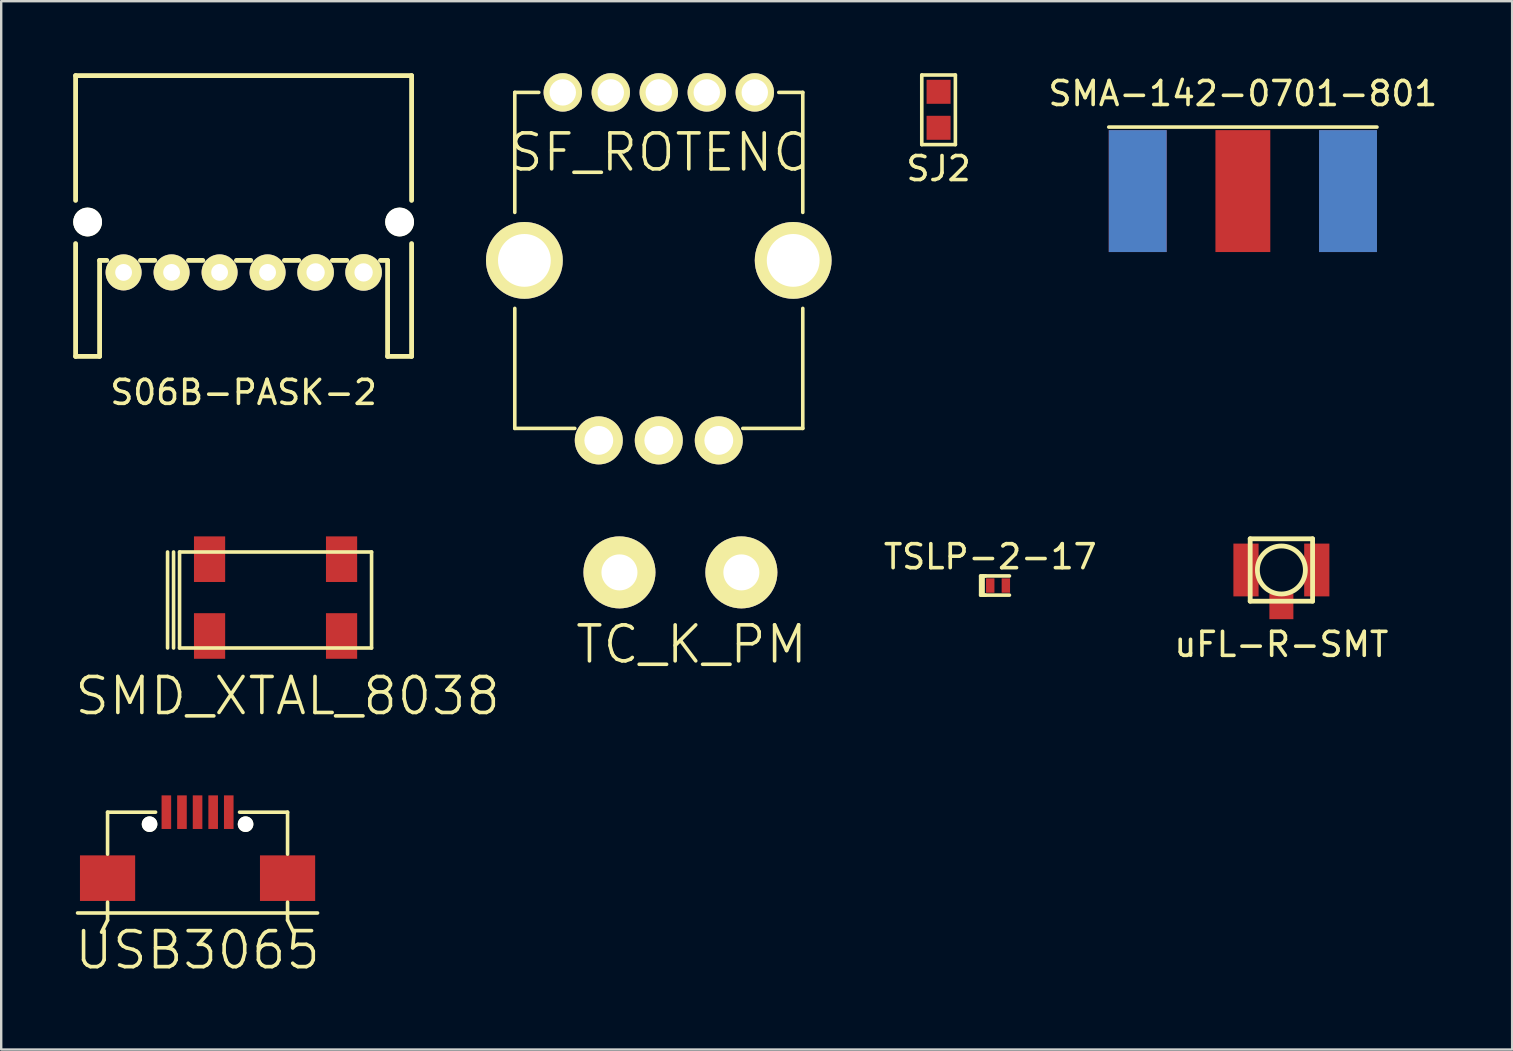
<source format=kicad_pcb>
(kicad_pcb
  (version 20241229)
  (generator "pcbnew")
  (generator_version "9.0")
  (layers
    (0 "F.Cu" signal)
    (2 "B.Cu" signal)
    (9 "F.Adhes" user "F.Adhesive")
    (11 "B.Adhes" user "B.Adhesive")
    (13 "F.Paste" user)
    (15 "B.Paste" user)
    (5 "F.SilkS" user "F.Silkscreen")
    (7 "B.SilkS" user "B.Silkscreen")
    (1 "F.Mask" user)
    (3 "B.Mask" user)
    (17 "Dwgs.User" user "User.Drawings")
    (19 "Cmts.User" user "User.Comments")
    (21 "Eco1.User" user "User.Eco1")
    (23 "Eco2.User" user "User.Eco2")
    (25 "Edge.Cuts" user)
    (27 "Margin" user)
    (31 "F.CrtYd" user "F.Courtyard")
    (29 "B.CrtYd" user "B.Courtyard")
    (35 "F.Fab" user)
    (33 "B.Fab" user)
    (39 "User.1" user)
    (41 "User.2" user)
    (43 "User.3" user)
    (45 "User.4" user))
  (footprint "USB3065"
    (layer "F.Cu")
    (at 5.182 33.541)
    (property "Reference" "USB3065" (at 0 3 0) (layer "F.SilkS") (effects (font (size 1.5 1.5) (thickness 0.15))))
    (attr through_hole)
    (fp_line (start -5 1.45) (end 5 1.45) (stroke (width 0.15) (type solid)) (layer "F.SilkS"))
    (fp_line (start -3.75 -2.75) (end -1.75 -2.75) (stroke (width 0.15) (type solid)) (layer "F.SilkS"))
    (fp_line (start -3.75 -1) (end -3.75 -2.75) (stroke (width 0.15) (type solid)) (layer "F.SilkS"))
    (fp_line (start -3.75 1) (end -3.75 1.75) (stroke (width 0.15) (type solid)) (layer "F.SilkS"))
    (fp_line (start -3.75 1.75) (end -4 2.25) (stroke (width 0.15) (type solid)) (layer "F.SilkS"))
    (fp_line (start 1.75 -2.75) (end 3.75 -2.75) (stroke (width 0.15) (type solid)) (layer "F.SilkS"))
    (fp_line (start 3.75 -2.75) (end 3.75 -1) (stroke (width 0.15) (type solid)) (layer "F.SilkS"))
    (fp_line (start 3.75 1) (end 3.75 1.75) (stroke (width 0.15) (type solid)) (layer "F.SilkS"))
    (fp_line (start 3.75 1.75) (end 4 2.25) (stroke (width 0.15) (type solid)) (layer "F.SilkS"))
    (pad "" np_thru_hole circle (at -2 -2.25) (size 0.65 0.65) (drill 0.65) (layers "*.Cu" "*.Mask" "F.SilkS"))
    (pad "" np_thru_hole circle (at 2 -2.25) (size 0.65 0.65) (drill 0.65) (layers "*.Cu" "*.Mask" "F.SilkS"))
    (pad "1" smd rect (at -1.3 -2.75) (size 0.4 1.4) (layers "F.Cu" "F.Mask" "F.Paste"))
    (pad "2" smd rect (at -0.65 -2.75) (size 0.4 1.4) (layers "F.Cu" "F.Mask" "F.Paste"))
    (pad "3" smd rect (at 0 -2.75) (size 0.4 1.4) (layers "F.Cu" "F.Mask" "F.Paste"))
    (pad "4" smd rect (at 0.65 -2.75) (size 0.4 1.4) (layers "F.Cu" "F.Mask" "F.Paste"))
    (pad "5" smd rect (at 1.3 -2.75) (size 0.4 1.4) (layers "F.Cu" "F.Mask" "F.Paste"))
    (pad "6" smd rect (at -3.75 0) (size 2.3 1.9) (layers "F.Cu" "F.Mask" "F.Paste"))
    (pad "7" smd rect (at 3.75 0) (size 2.3 1.9) (layers "F.Cu" "F.Mask" "F.Paste")))
  (footprint "SF_ROTENC"
    (layer "F.Cu")
    (at 24.4 0.8)
    (property "Reference" "SF_ROTENC" (at 0 2.5 0) (layer "F.SilkS") (effects (font (size 1.5 1.5) (thickness 0.15))))
    (attr through_hole)
    (fp_line (start -6 0) (end -6 5) (stroke (width 0.15) (type solid)) (layer "F.SilkS"))
    (fp_line (start -6 9) (end -6 14) (stroke (width 0.15) (type solid)) (layer "F.SilkS"))
    (fp_line (start -6 14) (end -3.5 14) (stroke (width 0.15) (type solid)) (layer "F.SilkS"))
    (fp_line (start -5 0) (end -6 0) (stroke (width 0.15) (type solid)) (layer "F.SilkS"))
    (fp_line (start 3.5 14) (end 6 14) (stroke (width 0.15) (type solid)) (layer "F.SilkS"))
    (fp_line (start 6 0) (end 5 0) (stroke (width 0.15) (type solid)) (layer "F.SilkS"))
    (fp_line (start 6 5) (end 6 0) (stroke (width 0.15) (type solid)) (layer "F.SilkS"))
    (fp_line (start 6 14) (end 6 9) (stroke (width 0.15) (type solid)) (layer "F.SilkS"))
    (pad "" thru_hole circle (at -5.6 7) (size 3.2 3.2) (drill 2.2) (layers "*.Cu" "*.Mask" "F.SilkS"))
    (pad "" thru_hole circle (at 5.6 7) (size 3.2 3.2) (drill 2.2) (layers "*.Cu" "*.Mask" "F.SilkS"))
    (pad "1" thru_hole circle (at -4 0) (size 1.6 1.6) (drill 1.1) (layers "*.Cu" "*.Mask" "F.SilkS"))
    (pad "2" thru_hole circle (at -2 0) (size 1.6 1.6) (drill 1.1) (layers "*.Cu" "*.Mask" "F.SilkS"))
    (pad "3" thru_hole circle (at 0 0) (size 1.6 1.6) (drill 1.1) (layers "*.Cu" "*.Mask" "F.SilkS"))
    (pad "4" thru_hole circle (at 2 0) (size 1.6 1.6) (drill 1.1) (layers "*.Cu" "*.Mask" "F.SilkS"))
    (pad "5" thru_hole circle (at 4 0) (size 1.6 1.6) (drill 1.1) (layers "*.Cu" "*.Mask" "F.SilkS"))
    (pad "A" thru_hole circle (at -2.5 14.5) (size 2 2) (drill 1.2) (layers "*.Cu" "*.Mask" "F.SilkS"))
    (pad "B" thru_hole circle (at 2.5 14.5) (size 2 2) (drill 1.2) (layers "*.Cu" "*.Mask" "F.SilkS"))
    (pad "C" thru_hole circle (at 0 14.5) (size 2 2) (drill 1.2) (layers "*.Cu" "*.Mask" "F.SilkS")))
  (footprint "SJ2"
    (layer "F.Cu")
    (at 36.058 2.275)
    (property "Reference" "SJ2" (at 0 1.7 0) (layer "F.SilkS") (effects (font (size 1 1) (thickness 0.15))))
    (attr through_hole)
    (fp_line (start -0.7 -2.2) (end -0.7 0.7) (stroke (width 0.15) (type solid)) (layer "F.SilkS"))
    (fp_line (start -0.7 -2.2) (end 0.7 -2.2) (stroke (width 0.15) (type solid)) (layer "F.SilkS"))
    (fp_line (start -0.7 0.7) (end 0.7 0.7) (stroke (width 0.15) (type solid)) (layer "F.SilkS"))
    (fp_line (start 0.7 0.7) (end 0.7 -2.2) (stroke (width 0.15) (type solid)) (layer "F.SilkS"))
    (pad "1" smd rect (at 0 -1.5) (size 1 1) (layers "F.Cu" "F.Mask"))
    (pad "2" smd rect (at 0 0) (size 1 1) (layers "F.Cu" "F.Mask")))
  (footprint "TC_K_PM"
    (layer "F.Cu")
    (at 22.761 20.8)
    (property "Reference" "TC_K_PM" (at 3 3 0) (layer "F.SilkS") (effects (font (size 1.5 1.5) (thickness 0.15))))
    (attr through_hole)
    (pad "1" thru_hole circle (at 0 0) (size 3 3) (drill 1.5) (layers "*.Cu" "*.Mask" "F.SilkS"))
    (pad "2" thru_hole circle (at 5.08 0) (size 3 3) (drill 1.5) (layers "*.Cu" "*.Mask" "F.SilkS")))
  (footprint "uFL-R-SMT"
    (layer "F.Cu")
    (at 50.342 20.7)
    (property "Reference" "uFL-R-SMT" (at 0 3.1 0) (layer "F.SilkS") (effects (font (size 1 1) (thickness 0.15))))
    (attr through_hole)
    (fp_line (start -1.3 -1.3) (end -1.3 1.3) (stroke (width 0.2) (type solid)) (layer "F.SilkS"))
    (fp_line (start -1.3 1.3) (end 1.3 1.3) (stroke (width 0.2) (type solid)) (layer "F.SilkS"))
    (fp_line (start 1.3 -1.3) (end -1.3 -1.3) (stroke (width 0.2) (type solid)) (layer "F.SilkS"))
    (fp_line (start 1.3 1.3) (end 1.3 -1.3) (stroke (width 0.2) (type solid)) (layer "F.SilkS"))
    (fp_circle (center 0 0) (end 1 0) (stroke (width 0.2) (type solid)) (fill no) (layer "F.SilkS"))
    (pad "1" smd rect (at 0 1.525) (size 1 1.05) (layers "F.Cu" "F.Mask" "F.Paste"))
    (pad "2" smd rect (at -1.475 0) (size 1.05 2.2) (layers "F.Cu" "F.Mask" "F.Paste"))
    (pad "3" smd rect (at 1.475 0) (size 1.05 2.2) (layers "F.Cu" "F.Mask" "F.Paste")))
  (footprint "TSLP-2-17"
    (layer "F.Cu")
    (at 38.211 21.348)
    (property "Reference" "TSLP-2-17" (at 0 -1.2 0) (layer "F.SilkS") (effects (font (size 1 1) (thickness 0.15))))
    (attr through_hole)
    (fp_line (start -0.4 -0.4) (end -0.4 0.4) (stroke (width 0.15) (type solid)) (layer "F.SilkS"))
    (fp_line (start -0.4 0.4) (end -0.3 0.4) (stroke (width 0.15) (type solid)) (layer "F.SilkS"))
    (fp_line (start -0.3 -0.4) (end -0.4 -0.4) (stroke (width 0.15) (type solid)) (layer "F.SilkS"))
    (fp_line (start -0.3 -0.4) (end -0.3 0.4) (stroke (width 0.15) (type solid)) (layer "F.SilkS"))
    (fp_line (start -0.3 0.4) (end -0.2 0.4) (stroke (width 0.15) (type solid)) (layer "F.SilkS"))
    (fp_line (start -0.2 -0.4) (end -0.3 -0.4) (stroke (width 0.15) (type solid)) (layer "F.SilkS"))
    (fp_line (start -0.2 -0.4) (end 0.8 -0.4) (stroke (width 0.15) (type solid)) (layer "F.SilkS"))
    (fp_line (start -0.2 0.4) (end 0.8 0.4) (stroke (width 0.15) (type solid)) (layer "F.SilkS"))
    (pad "1" smd rect (at 0 0) (size 0.35 0.6) (layers "F.Cu" "F.Mask" "F.Paste"))
    (pad "2" smd rect (at 0.65 0) (size 0.35 0.6) (layers "F.Cu" "F.Mask" "F.Paste")))
  (footprint "SMA-142-0701-801"
    (layer "F.Cu")
    (at 48.737 4.912)
    (property "Reference" "SMA-142-0701-801" (at 0 -4.064 0) (layer "F.SilkS") (effects (font (size 1 1) (thickness 0.15))))
    (attr through_hole)
    (fp_line (start -5.588 -2.667) (end 5.588 -2.667) (stroke (width 0.15) (type solid)) (layer "F.SilkS"))
    (pad "1" smd rect (at 0 0) (size 2.286 5.08) (layers "F.Cu" "F.Mask"))
    (pad "2" smd rect (at -4.381 0) (size 2.413 5.08) (layers "F.Cu" "F.Mask"))
    (pad "2" smd rect (at -4.381 0) (size 2.413 5.08) (layers "B.Cu" "B.Mask"))
    (pad "2" smd rect (at 4.381 0) (size 2.413 5.08) (layers "F.Cu" "F.Mask"))
    (pad "2" smd rect (at 4.381 0) (size 2.413 5.08) (layers "B.Cu" "B.Mask")))
  (footprint "S06B-PASK-2"
    (layer "F.Cu")
    (at 2.1 8.3)
    (property "Reference" "S06B-PASK-2" (at 5 5 0) (layer "F.SilkS") (effects (font (size 1 1) (thickness 0.15))))
    (attr through_hole)
    (fp_line (start -2 -8.2) (end -2 -3) (stroke (width 0.2) (type solid)) (layer "F.SilkS"))
    (fp_line (start -2 -1.2) (end -2 3.5) (stroke (width 0.2) (type solid)) (layer "F.SilkS"))
    (fp_line (start -2 3.5) (end -1 3.5) (stroke (width 0.2) (type solid)) (layer "F.SilkS"))
    (fp_line (start -1 -0.5) (end -0.7 -0.5) (stroke (width 0.2) (type solid)) (layer "F.SilkS"))
    (fp_line (start -1 3.5) (end -1 -0.5) (stroke (width 0.2) (type solid)) (layer "F.SilkS"))
    (fp_line (start 1.3 -0.5) (end 0.7 -0.5) (stroke (width 0.2) (type solid)) (layer "F.SilkS"))
    (fp_line (start 3.3 -0.5) (end 2.7 -0.5) (stroke (width 0.2) (type solid)) (layer "F.SilkS"))
    (fp_line (start 5.3 -0.5) (end 4.7 -0.5) (stroke (width 0.2) (type solid)) (layer "F.SilkS"))
    (fp_line (start 6.7 -0.5) (end 7.3 -0.5) (stroke (width 0.2) (type solid)) (layer "F.SilkS"))
    (fp_line (start 8.7 -0.5) (end 9.3 -0.5) (stroke (width 0.2) (type solid)) (layer "F.SilkS"))
    (fp_line (start 11 -0.5) (end 10.7 -0.5) (stroke (width 0.2) (type solid)) (layer "F.SilkS"))
    (fp_line (start 11 3.5) (end 11 -0.5) (stroke (width 0.2) (type solid)) (layer "F.SilkS"))
    (fp_line (start 12 -8.2) (end -2 -8.2) (stroke (width 0.2) (type solid)) (layer "F.SilkS"))
    (fp_line (start 12 -3) (end 12 -8.2) (stroke (width 0.2) (type solid)) (layer "F.SilkS"))
    (fp_line (start 12 3.5) (end 11 3.5) (stroke (width 0.2) (type solid)) (layer "F.SilkS"))
    (fp_line (start 12 3.5) (end 12 -1.2) (stroke (width 0.2) (type solid)) (layer "F.SilkS"))
    (pad "" np_thru_hole circle (at -1.5 -2.1) (size 1.2 1.2) (drill 1.2) (layers "*.Cu" "*.Mask" "F.SilkS"))
    (pad "" np_thru_hole circle (at 11.5 -2.1) (size 1.2 1.2) (drill 1.2) (layers "*.Cu" "*.Mask" "F.SilkS"))
    (pad "1" thru_hole circle (at 0 0) (size 1.5 1.5) (drill 0.7) (layers "*.Cu" "*.Mask" "F.SilkS"))
    (pad "2" thru_hole circle (at 2 0) (size 1.5 1.5) (drill 0.7) (layers "*.Cu" "*.Mask" "F.SilkS"))
    (pad "3" thru_hole circle (at 4 0) (size 1.5 1.5) (drill 0.7) (layers "*.Cu" "*.Mask" "F.SilkS"))
    (pad "4" thru_hole circle (at 6 0) (size 1.5 1.5) (drill 0.7) (layers "*.Cu" "*.Mask" "F.SilkS"))
    (pad "5" thru_hole circle (at 8 0) (size 1.524 1.524) (drill 0.762) (layers "*.Cu" "*.Mask" "F.SilkS"))
    (pad "6" thru_hole circle (at 10 0) (size 1.524 1.524) (drill 0.762) (layers "*.Cu" "*.Mask" "F.SilkS")))
  (footprint "SMD_XTAL_8038"
    (layer "F.Cu")
    (at 5.682 23.45)
    (property "Reference" "SMD_XTAL_8038" (at 3.25 2.5 0) (layer "F.SilkS") (effects (font (size 1.5 1.5) (thickness 0.15))))
    (attr through_hole)
    (fp_line (start -1.75 -3.5) (end -1.75 0.5) (stroke (width 0.15) (type solid)) (layer "F.SilkS"))
    (fp_line (start -1.5 -3.5) (end -1.5 0.5) (stroke (width 0.15) (type solid)) (layer "F.SilkS"))
    (fp_line (start -1.25 -3.5) (end 6.75 -3.5) (stroke (width 0.15) (type solid)) (layer "F.SilkS"))
    (fp_line (start -1.25 0.5) (end -1.25 -3.5) (stroke (width 0.15) (type solid)) (layer "F.SilkS"))
    (fp_line (start 6.75 -3.5) (end 6.75 0.5) (stroke (width 0.15) (type solid)) (layer "F.SilkS"))
    (fp_line (start 6.75 0.5) (end -1.25 0.5) (stroke (width 0.15) (type solid)) (layer "F.SilkS"))
    (pad "" smd rect (at 5.5 -3.2) (size 1.3 1.9) (layers "F.Cu" "F.Mask" "F.Paste"))
    (pad "" smd rect (at 5.5 0) (size 1.3 1.9) (layers "F.Cu" "F.Mask" "F.Paste"))
    (pad "1" smd rect (at 0 0) (size 1.3 1.9) (layers "F.Cu" "F.Mask" "F.Paste"))
    (pad "2" smd rect (at 0 -3.2) (size 1.3 1.9) (layers "F.Cu" "F.Mask" "F.Paste")))
  (gr_rect
    (start -3 -3)
    (end 59.957 40.681)
    (stroke (width 0.1) (type default))
    (fill no)
    (layer "Edge.Cuts")))
</source>
